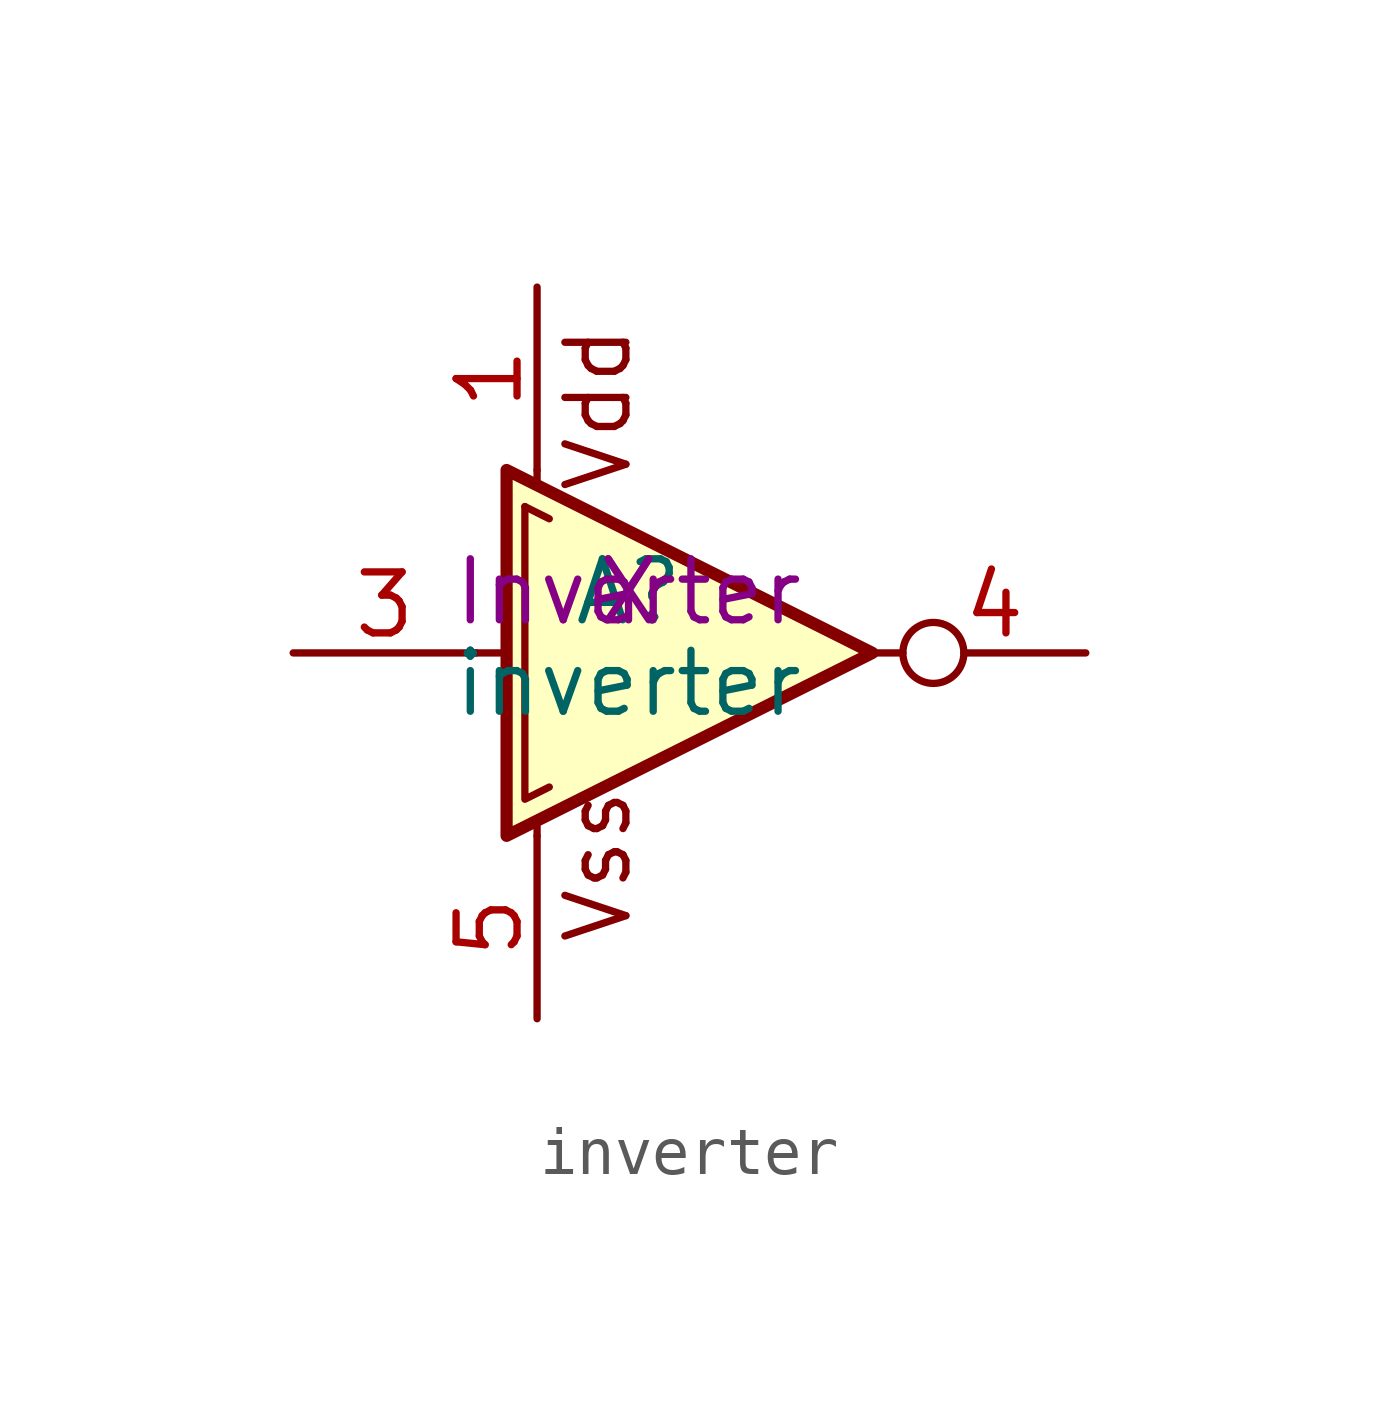
<source format=kicad_sym>
(kicad_symbol_lib
  (version 20211014)
  (generator kicad_symbol_editor)
  (symbol "inverter"
    (pin_names
      (offset 1.016))
    (property "Reference" "A"
      (at -0.635 1.27 0)
      (effects (font (size 1.27 1.27))))
    (property "Value" "inverter"
      (at -0.635 -0.635 0)
      (effects (font (size 1.27 1.27))))
    (property "Spice_Primitive" "X"
      (at -0.635 1.27 0)
      (effects (font (size 1.27 1.27))))
    (property "Spice_Model" "Inverter"
      (at -0.635 1.27 0)
      (effects (font (size 1.27 1.27))))
    (property "Spice_Netlist_Enabled" "Y"
      (at -0.635 1.27 0)
      (effects (font (size 1.27 1.27))))
    (symbol "inverter_0_0"
      (polyline (pts (xy -3.81 0) (xy -3.302 0)) (stroke (width 0) (type default) (color 0 0 0 0)) (fill (type none)))
      (polyline (pts (xy -2.54 -3.81) (xy -2.54 -3.556)) (stroke (width 0) (type default) (color 0 0 0 0)) (fill (type none)))
      (polyline (pts (xy -2.54 3.81) (xy -2.54 3.556)) (stroke (width 0) (type default) (color 0 0 0 0)) (fill (type none)))
      (polyline (pts (xy 5.08 0) (xy 4.318 0)) (stroke (width 0) (type default) (color 0 0 0 0)) (fill (type none)))
      (text "Vdd" (at -1.27 5.08 900) (effects (font (size 1.27 1.27))))
      (text "Vss" (at -1.27 -4.445 900) (effects (font (size 1.27 1.27)))))
    (symbol "inverter_0_1"
      (polyline (pts (xy -2.794 3.048) (xy -2.286 2.794)) (stroke (width 0.152) (type default) (color 0 0 0 0)) (fill (type none)))
      (polyline (pts (xy -2.794 3.048) (xy -2.794 -3.048) (xy -2.286 -2.794)) (stroke (width 0.152) (type default) (color 0 0 0 0)) (fill (type none))))
    (symbol "inverter_1_1"
      (polyline (pts (xy -3.175 3.81) (xy -3.175 -3.81) (xy 4.445 0) (xy -3.175 3.81)) (stroke (width 0.254) (type default) (color 0 0 0 0)) (fill (type background)))
      (pin power_in line (at -2.54 7.62 270) (length 3.81) (name "~" (effects (font (size 1.27 1.27)))) (number "1" (effects (font (size 1.27 1.27)))))
      (pin input line (at -7.62 0 0) (length 3.81) (name "~" (effects (font (size 1.27 1.27)))) (number "3" (effects (font (size 1.27 1.27)))))
      (pin output inverted (at 8.89 0 180) (length 3.81) (name "~" (effects (font (size 1.27 1.27)))) (number "4" (effects (font (size 1.27 1.27)))))
      (pin power_in line (at -2.54 -7.62 90) (length 3.81) (name "~" (effects (font (size 1.27 1.27)))) (number "5" (effects (font (size 1.27 1.27))))))))
</source>
